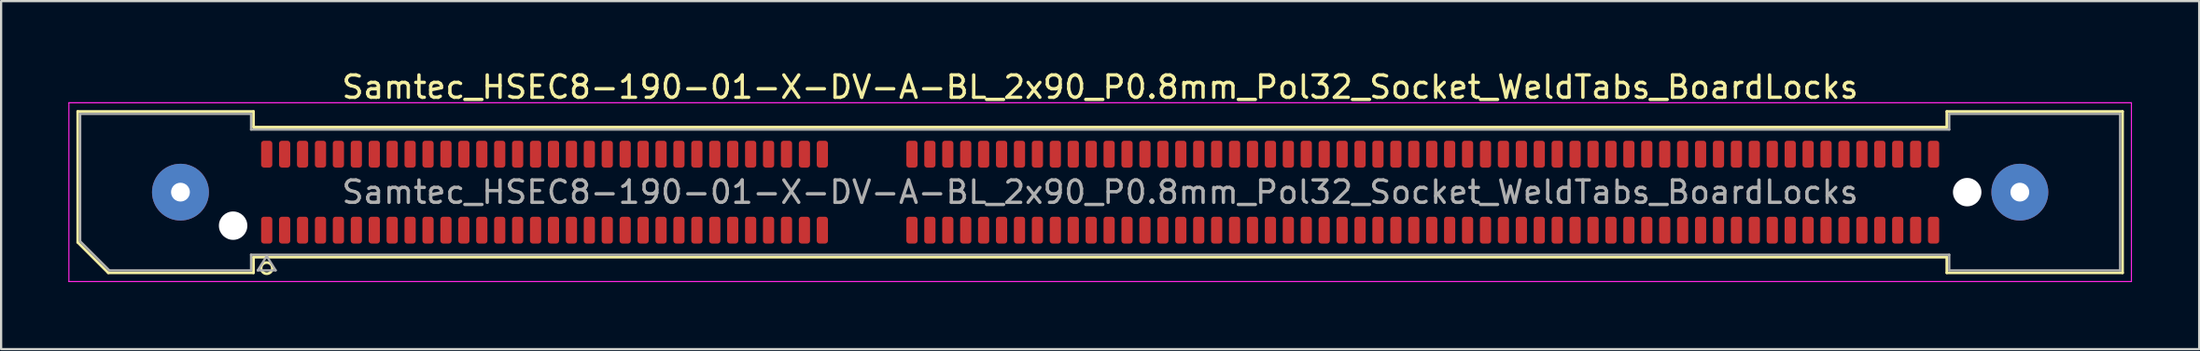
<source format=kicad_pcb>
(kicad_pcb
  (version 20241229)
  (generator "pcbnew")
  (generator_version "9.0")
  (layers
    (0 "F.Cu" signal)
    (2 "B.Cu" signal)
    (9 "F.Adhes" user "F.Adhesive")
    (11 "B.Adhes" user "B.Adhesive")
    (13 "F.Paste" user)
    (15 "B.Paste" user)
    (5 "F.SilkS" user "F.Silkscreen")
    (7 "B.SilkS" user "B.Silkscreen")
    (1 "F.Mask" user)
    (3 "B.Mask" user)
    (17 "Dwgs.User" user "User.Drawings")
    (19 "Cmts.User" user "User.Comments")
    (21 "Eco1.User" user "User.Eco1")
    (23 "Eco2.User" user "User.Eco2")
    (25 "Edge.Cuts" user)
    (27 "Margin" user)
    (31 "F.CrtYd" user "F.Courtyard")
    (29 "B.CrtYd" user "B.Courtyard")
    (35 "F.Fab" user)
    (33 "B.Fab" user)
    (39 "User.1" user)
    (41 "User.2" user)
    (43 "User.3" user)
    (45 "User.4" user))
  (footprint "Samtec_HSEC8-190-01-X-DV-A-BL_2x90_P0.8mm_Pol32_Socket_WeldTabs_BoardLocks"
    (layer "F.Cu")
    (at 46.055 5.548)
    (property "Reference" "Samtec_HSEC8-190-01-X-DV-A-BL_2x90_P0.8mm_Pol32_Socket_WeldTabs_BoardLocks" (at 0 -4.7 0) (layer "F.SilkS") (effects (font (size 1 1) (thickness 0.15))))
    (attr smd)
    (fp_line (start -45.635 -3.61) (end -37.79 -3.61) (stroke (width 0.12) (type solid)) (layer "F.SilkS"))
    (fp_line (start -45.635 2.246) (end -45.635 -3.61) (stroke (width 0.12) (type solid)) (layer "F.SilkS"))
    (fp_line (start -44.271 3.61) (end -45.635 2.246) (stroke (width 0.12) (type solid)) (layer "F.SilkS"))
    (fp_line (start -37.79 -3.61) (end -37.79 -2.91) (stroke (width 0.12) (type solid)) (layer "F.SilkS"))
    (fp_line (start -37.79 -2.91) (end 37.79 -2.91) (stroke (width 0.12) (type solid)) (layer "F.SilkS"))
    (fp_line (start -37.79 2.91) (end -37.79 3.61) (stroke (width 0.12) (type solid)) (layer "F.SilkS"))
    (fp_line (start -37.79 3.61) (end -44.271 3.61) (stroke (width 0.12) (type solid)) (layer "F.SilkS"))
    (fp_line (start 37.79 -3.61) (end 45.635 -3.61) (stroke (width 0.12) (type solid)) (layer "F.SilkS"))
    (fp_line (start 37.79 -2.91) (end 37.79 -3.61) (stroke (width 0.12) (type solid)) (layer "F.SilkS"))
    (fp_line (start 37.79 2.91) (end -37.79 2.91) (stroke (width 0.12) (type solid)) (layer "F.SilkS"))
    (fp_line (start 37.79 3.61) (end 37.79 2.91) (stroke (width 0.12) (type solid)) (layer "F.SilkS"))
    (fp_line (start 45.635 -3.61) (end 45.635 3.61) (stroke (width 0.12) (type solid)) (layer "F.SilkS"))
    (fp_line (start 45.635 3.61) (end 37.79 3.61) (stroke (width 0.12) (type solid)) (layer "F.SilkS"))
    (fp_circle (center -37.2 3.4) (end -36.95 3.4) (stroke (width 0.12) (type solid)) (fill no) (layer "F.SilkS"))
    (fp_line (start -46.03 -4) (end -46.03 4) (stroke (width 0.05) (type solid)) (layer "F.CrtYd"))
    (fp_line (start -46.03 4) (end 46.03 4) (stroke (width 0.05) (type solid)) (layer "F.CrtYd"))
    (fp_line (start 46.03 -4) (end -46.03 -4) (stroke (width 0.05) (type solid)) (layer "F.CrtYd"))
    (fp_line (start 46.03 4) (end 46.03 -4) (stroke (width 0.05) (type solid)) (layer "F.CrtYd"))
    (fp_line (start -45.525 -3.5) (end -37.9 -3.5) (stroke (width 0.1) (type solid)) (layer "F.Fab"))
    (fp_line (start -45.525 2.2) (end -45.525 -3.5) (stroke (width 0.1) (type solid)) (layer "F.Fab"))
    (fp_line (start -44.225 3.5) (end -45.525 2.2) (stroke (width 0.1) (type solid)) (layer "F.Fab"))
    (fp_line (start -37.9 -3.5) (end -37.9 -2.8) (stroke (width 0.1) (type solid)) (layer "F.Fab"))
    (fp_line (start -37.9 -2.8) (end 37.9 -2.8) (stroke (width 0.1) (type solid)) (layer "F.Fab"))
    (fp_line (start -37.9 2.8) (end -37.9 3.5) (stroke (width 0.1) (type solid)) (layer "F.Fab"))
    (fp_line (start -37.9 3.5) (end -44.225 3.5) (stroke (width 0.1) (type solid)) (layer "F.Fab"))
    (fp_line (start -37.6 3.5) (end -37.2 2.86) (stroke (width 0.1) (type solid)) (layer "F.Fab"))
    (fp_line (start -37.2 2.86) (end -36.8 3.5) (stroke (width 0.1) (type solid)) (layer "F.Fab"))
    (fp_line (start -36.8 3.5) (end -37.6 3.5) (stroke (width 0.1) (type solid)) (layer "F.Fab"))
    (fp_line (start 37.9 -3.5) (end 45.525 -3.5) (stroke (width 0.1) (type solid)) (layer "F.Fab"))
    (fp_line (start 37.9 -2.8) (end 37.9 -3.5) (stroke (width 0.1) (type solid)) (layer "F.Fab"))
    (fp_line (start 37.9 2.8) (end -37.9 2.8) (stroke (width 0.1) (type solid)) (layer "F.Fab"))
    (fp_line (start 37.9 3.5) (end 37.9 2.8) (stroke (width 0.1) (type solid)) (layer "F.Fab"))
    (fp_line (start 45.525 -3.5) (end 45.525 3.5) (stroke (width 0.1) (type solid)) (layer "F.Fab"))
    (fp_line (start 45.525 3.5) (end 37.9 3.5) (stroke (width 0.1) (type solid)) (layer "F.Fab"))
    (fp_text user "${REFERENCE}" (at 0 0 0) (layer "F.Fab") (effects (font (size 1 1) (thickness 0.15))))
    (pad "" thru_hole circle (at -41.05 0) (size 2.54 2.54) (drill 0.84) (layers "*.Cu" "*.Mask" "F.Paste"))
    (pad "" np_thru_hole circle (at -38.7 1.5) (size 1.27 1.27) (drill 1.27) (layers "*.Cu" "*.Mask"))
    (pad "" np_thru_hole circle (at 38.7 0) (size 1.27 1.27) (drill 1.27) (layers "*.Cu" "*.Mask"))
    (pad "" thru_hole circle (at 41.05 0) (size 2.54 2.54) (drill 0.84) (layers "*.Cu" "*.Mask" "F.Paste"))
    (pad "1" smd roundrect (at -37.2 1.7) (size 0.5 1.2) (layers "F.Cu" "F.Mask" "F.Paste") (roundrect_rratio 0.25))
    (pad "2" smd roundrect (at -37.2 -1.7) (size 0.5 1.2) (layers "F.Cu" "F.Mask" "F.Paste") (roundrect_rratio 0.25))
    (pad "3" smd roundrect (at -36.4 1.7) (size 0.5 1.2) (layers "F.Cu" "F.Mask" "F.Paste") (roundrect_rratio 0.25))
    (pad "4" smd roundrect (at -36.4 -1.7) (size 0.5 1.2) (layers "F.Cu" "F.Mask" "F.Paste") (roundrect_rratio 0.25))
    (pad "5" smd roundrect (at -35.6 1.7) (size 0.5 1.2) (layers "F.Cu" "F.Mask" "F.Paste") (roundrect_rratio 0.25))
    (pad "6" smd roundrect (at -35.6 -1.7) (size 0.5 1.2) (layers "F.Cu" "F.Mask" "F.Paste") (roundrect_rratio 0.25))
    (pad "7" smd roundrect (at -34.8 1.7) (size 0.5 1.2) (layers "F.Cu" "F.Mask" "F.Paste") (roundrect_rratio 0.25))
    (pad "8" smd roundrect (at -34.8 -1.7) (size 0.5 1.2) (layers "F.Cu" "F.Mask" "F.Paste") (roundrect_rratio 0.25))
    (pad "9" smd roundrect (at -34 1.7) (size 0.5 1.2) (layers "F.Cu" "F.Mask" "F.Paste") (roundrect_rratio 0.25))
    (pad "10" smd roundrect (at -34 -1.7) (size 0.5 1.2) (layers "F.Cu" "F.Mask" "F.Paste") (roundrect_rratio 0.25))
    (pad "11" smd roundrect (at -33.2 1.7) (size 0.5 1.2) (layers "F.Cu" "F.Mask" "F.Paste") (roundrect_rratio 0.25))
    (pad "12" smd roundrect (at -33.2 -1.7) (size 0.5 1.2) (layers "F.Cu" "F.Mask" "F.Paste") (roundrect_rratio 0.25))
    (pad "13" smd roundrect (at -32.4 1.7) (size 0.5 1.2) (layers "F.Cu" "F.Mask" "F.Paste") (roundrect_rratio 0.25))
    (pad "14" smd roundrect (at -32.4 -1.7) (size 0.5 1.2) (layers "F.Cu" "F.Mask" "F.Paste") (roundrect_rratio 0.25))
    (pad "15" smd roundrect (at -31.6 1.7) (size 0.5 1.2) (layers "F.Cu" "F.Mask" "F.Paste") (roundrect_rratio 0.25))
    (pad "16" smd roundrect (at -31.6 -1.7) (size 0.5 1.2) (layers "F.Cu" "F.Mask" "F.Paste") (roundrect_rratio 0.25))
    (pad "17" smd roundrect (at -30.8 1.7) (size 0.5 1.2) (layers "F.Cu" "F.Mask" "F.Paste") (roundrect_rratio 0.25))
    (pad "18" smd roundrect (at -30.8 -1.7) (size 0.5 1.2) (layers "F.Cu" "F.Mask" "F.Paste") (roundrect_rratio 0.25))
    (pad "19" smd roundrect (at -30 1.7) (size 0.5 1.2) (layers "F.Cu" "F.Mask" "F.Paste") (roundrect_rratio 0.25))
    (pad "20" smd roundrect (at -30 -1.7) (size 0.5 1.2) (layers "F.Cu" "F.Mask" "F.Paste") (roundrect_rratio 0.25))
    (pad "21" smd roundrect (at -29.2 1.7) (size 0.5 1.2) (layers "F.Cu" "F.Mask" "F.Paste") (roundrect_rratio 0.25))
    (pad "22" smd roundrect (at -29.2 -1.7) (size 0.5 1.2) (layers "F.Cu" "F.Mask" "F.Paste") (roundrect_rratio 0.25))
    (pad "23" smd roundrect (at -28.4 1.7) (size 0.5 1.2) (layers "F.Cu" "F.Mask" "F.Paste") (roundrect_rratio 0.25))
    (pad "24" smd roundrect (at -28.4 -1.7) (size 0.5 1.2) (layers "F.Cu" "F.Mask" "F.Paste") (roundrect_rratio 0.25))
    (pad "25" smd roundrect (at -27.6 1.7) (size 0.5 1.2) (layers "F.Cu" "F.Mask" "F.Paste") (roundrect_rratio 0.25))
    (pad "26" smd roundrect (at -27.6 -1.7) (size 0.5 1.2) (layers "F.Cu" "F.Mask" "F.Paste") (roundrect_rratio 0.25))
    (pad "27" smd roundrect (at -26.8 1.7) (size 0.5 1.2) (layers "F.Cu" "F.Mask" "F.Paste") (roundrect_rratio 0.25))
    (pad "28" smd roundrect (at -26.8 -1.7) (size 0.5 1.2) (layers "F.Cu" "F.Mask" "F.Paste") (roundrect_rratio 0.25))
    (pad "29" smd roundrect (at -26 1.7) (size 0.5 1.2) (layers "F.Cu" "F.Mask" "F.Paste") (roundrect_rratio 0.25))
    (pad "30" smd roundrect (at -26 -1.7) (size 0.5 1.2) (layers "F.Cu" "F.Mask" "F.Paste") (roundrect_rratio 0.25))
    (pad "31" smd roundrect (at -25.2 1.7) (size 0.5 1.2) (layers "F.Cu" "F.Mask" "F.Paste") (roundrect_rratio 0.25))
    (pad "32" smd roundrect (at -25.2 -1.7) (size 0.5 1.2) (layers "F.Cu" "F.Mask" "F.Paste") (roundrect_rratio 0.25))
    (pad "33" smd roundrect (at -24.4 1.7) (size 0.5 1.2) (layers "F.Cu" "F.Mask" "F.Paste") (roundrect_rratio 0.25))
    (pad "34" smd roundrect (at -24.4 -1.7) (size 0.5 1.2) (layers "F.Cu" "F.Mask" "F.Paste") (roundrect_rratio 0.25))
    (pad "35" smd roundrect (at -23.6 1.7) (size 0.5 1.2) (layers "F.Cu" "F.Mask" "F.Paste") (roundrect_rratio 0.25))
    (pad "36" smd roundrect (at -23.6 -1.7) (size 0.5 1.2) (layers "F.Cu" "F.Mask" "F.Paste") (roundrect_rratio 0.25))
    (pad "37" smd roundrect (at -22.8 1.7) (size 0.5 1.2) (layers "F.Cu" "F.Mask" "F.Paste") (roundrect_rratio 0.25))
    (pad "38" smd roundrect (at -22.8 -1.7) (size 0.5 1.2) (layers "F.Cu" "F.Mask" "F.Paste") (roundrect_rratio 0.25))
    (pad "39" smd roundrect (at -22 1.7) (size 0.5 1.2) (layers "F.Cu" "F.Mask" "F.Paste") (roundrect_rratio 0.25))
    (pad "40" smd roundrect (at -22 -1.7) (size 0.5 1.2) (layers "F.Cu" "F.Mask" "F.Paste") (roundrect_rratio 0.25))
    (pad "41" smd roundrect (at -21.2 1.7) (size 0.5 1.2) (layers "F.Cu" "F.Mask" "F.Paste") (roundrect_rratio 0.25))
    (pad "42" smd roundrect (at -21.2 -1.7) (size 0.5 1.2) (layers "F.Cu" "F.Mask" "F.Paste") (roundrect_rratio 0.25))
    (pad "43" smd roundrect (at -20.4 1.7) (size 0.5 1.2) (layers "F.Cu" "F.Mask" "F.Paste") (roundrect_rratio 0.25))
    (pad "44" smd roundrect (at -20.4 -1.7) (size 0.5 1.2) (layers "F.Cu" "F.Mask" "F.Paste") (roundrect_rratio 0.25))
    (pad "45" smd roundrect (at -19.6 1.7) (size 0.5 1.2) (layers "F.Cu" "F.Mask" "F.Paste") (roundrect_rratio 0.25))
    (pad "46" smd roundrect (at -19.6 -1.7) (size 0.5 1.2) (layers "F.Cu" "F.Mask" "F.Paste") (roundrect_rratio 0.25))
    (pad "47" smd roundrect (at -18.8 1.7) (size 0.5 1.2) (layers "F.Cu" "F.Mask" "F.Paste") (roundrect_rratio 0.25))
    (pad "48" smd roundrect (at -18.8 -1.7) (size 0.5 1.2) (layers "F.Cu" "F.Mask" "F.Paste") (roundrect_rratio 0.25))
    (pad "49" smd roundrect (at -18 1.7) (size 0.5 1.2) (layers "F.Cu" "F.Mask" "F.Paste") (roundrect_rratio 0.25))
    (pad "50" smd roundrect (at -18 -1.7) (size 0.5 1.2) (layers "F.Cu" "F.Mask" "F.Paste") (roundrect_rratio 0.25))
    (pad "51" smd roundrect (at -17.2 1.7) (size 0.5 1.2) (layers "F.Cu" "F.Mask" "F.Paste") (roundrect_rratio 0.25))
    (pad "52" smd roundrect (at -17.2 -1.7) (size 0.5 1.2) (layers "F.Cu" "F.Mask" "F.Paste") (roundrect_rratio 0.25))
    (pad "53" smd roundrect (at -16.4 1.7) (size 0.5 1.2) (layers "F.Cu" "F.Mask" "F.Paste") (roundrect_rratio 0.25))
    (pad "54" smd roundrect (at -16.4 -1.7) (size 0.5 1.2) (layers "F.Cu" "F.Mask" "F.Paste") (roundrect_rratio 0.25))
    (pad "55" smd roundrect (at -15.6 1.7) (size 0.5 1.2) (layers "F.Cu" "F.Mask" "F.Paste") (roundrect_rratio 0.25))
    (pad "56" smd roundrect (at -15.6 -1.7) (size 0.5 1.2) (layers "F.Cu" "F.Mask" "F.Paste") (roundrect_rratio 0.25))
    (pad "57" smd roundrect (at -14.8 1.7) (size 0.5 1.2) (layers "F.Cu" "F.Mask" "F.Paste") (roundrect_rratio 0.25))
    (pad "58" smd roundrect (at -14.8 -1.7) (size 0.5 1.2) (layers "F.Cu" "F.Mask" "F.Paste") (roundrect_rratio 0.25))
    (pad "59" smd roundrect (at -14 1.7) (size 0.5 1.2) (layers "F.Cu" "F.Mask" "F.Paste") (roundrect_rratio 0.25))
    (pad "60" smd roundrect (at -14 -1.7) (size 0.5 1.2) (layers "F.Cu" "F.Mask" "F.Paste") (roundrect_rratio 0.25))
    (pad "61" smd roundrect (at -13.2 1.7) (size 0.5 1.2) (layers "F.Cu" "F.Mask" "F.Paste") (roundrect_rratio 0.25))
    (pad "62" smd roundrect (at -13.2 -1.7) (size 0.5 1.2) (layers "F.Cu" "F.Mask" "F.Paste") (roundrect_rratio 0.25))
    (pad "63" smd roundrect (at -12.4 1.7) (size 0.5 1.2) (layers "F.Cu" "F.Mask" "F.Paste") (roundrect_rratio 0.25))
    (pad "64" smd roundrect (at -12.4 -1.7) (size 0.5 1.2) (layers "F.Cu" "F.Mask" "F.Paste") (roundrect_rratio 0.25))
    (pad "65" smd roundrect (at -8.4 1.7) (size 0.5 1.2) (layers "F.Cu" "F.Mask" "F.Paste") (roundrect_rratio 0.25))
    (pad "66" smd roundrect (at -8.4 -1.7) (size 0.5 1.2) (layers "F.Cu" "F.Mask" "F.Paste") (roundrect_rratio 0.25))
    (pad "67" smd roundrect (at -7.6 1.7) (size 0.5 1.2) (layers "F.Cu" "F.Mask" "F.Paste") (roundrect_rratio 0.25))
    (pad "68" smd roundrect (at -7.6 -1.7) (size 0.5 1.2) (layers "F.Cu" "F.Mask" "F.Paste") (roundrect_rratio 0.25))
    (pad "69" smd roundrect (at -6.8 1.7) (size 0.5 1.2) (layers "F.Cu" "F.Mask" "F.Paste") (roundrect_rratio 0.25))
    (pad "70" smd roundrect (at -6.8 -1.7) (size 0.5 1.2) (layers "F.Cu" "F.Mask" "F.Paste") (roundrect_rratio 0.25))
    (pad "71" smd roundrect (at -6 1.7) (size 0.5 1.2) (layers "F.Cu" "F.Mask" "F.Paste") (roundrect_rratio 0.25))
    (pad "72" smd roundrect (at -6 -1.7) (size 0.5 1.2) (layers "F.Cu" "F.Mask" "F.Paste") (roundrect_rratio 0.25))
    (pad "73" smd roundrect (at -5.2 1.7) (size 0.5 1.2) (layers "F.Cu" "F.Mask" "F.Paste") (roundrect_rratio 0.25))
    (pad "74" smd roundrect (at -5.2 -1.7) (size 0.5 1.2) (layers "F.Cu" "F.Mask" "F.Paste") (roundrect_rratio 0.25))
    (pad "75" smd roundrect (at -4.4 1.7) (size 0.5 1.2) (layers "F.Cu" "F.Mask" "F.Paste") (roundrect_rratio 0.25))
    (pad "76" smd roundrect (at -4.4 -1.7) (size 0.5 1.2) (layers "F.Cu" "F.Mask" "F.Paste") (roundrect_rratio 0.25))
    (pad "77" smd roundrect (at -3.6 1.7) (size 0.5 1.2) (layers "F.Cu" "F.Mask" "F.Paste") (roundrect_rratio 0.25))
    (pad "78" smd roundrect (at -3.6 -1.7) (size 0.5 1.2) (layers "F.Cu" "F.Mask" "F.Paste") (roundrect_rratio 0.25))
    (pad "79" smd roundrect (at -2.8 1.7) (size 0.5 1.2) (layers "F.Cu" "F.Mask" "F.Paste") (roundrect_rratio 0.25))
    (pad "80" smd roundrect (at -2.8 -1.7) (size 0.5 1.2) (layers "F.Cu" "F.Mask" "F.Paste") (roundrect_rratio 0.25))
    (pad "81" smd roundrect (at -2 1.7) (size 0.5 1.2) (layers "F.Cu" "F.Mask" "F.Paste") (roundrect_rratio 0.25))
    (pad "82" smd roundrect (at -2 -1.7) (size 0.5 1.2) (layers "F.Cu" "F.Mask" "F.Paste") (roundrect_rratio 0.25))
    (pad "83" smd roundrect (at -1.2 1.7) (size 0.5 1.2) (layers "F.Cu" "F.Mask" "F.Paste") (roundrect_rratio 0.25))
    (pad "84" smd roundrect (at -1.2 -1.7) (size 0.5 1.2) (layers "F.Cu" "F.Mask" "F.Paste") (roundrect_rratio 0.25))
    (pad "85" smd roundrect (at -0.4 1.7) (size 0.5 1.2) (layers "F.Cu" "F.Mask" "F.Paste") (roundrect_rratio 0.25))
    (pad "86" smd roundrect (at -0.4 -1.7) (size 0.5 1.2) (layers "F.Cu" "F.Mask" "F.Paste") (roundrect_rratio 0.25))
    (pad "87" smd roundrect (at 0.4 1.7) (size 0.5 1.2) (layers "F.Cu" "F.Mask" "F.Paste") (roundrect_rratio 0.25))
    (pad "88" smd roundrect (at 0.4 -1.7) (size 0.5 1.2) (layers "F.Cu" "F.Mask" "F.Paste") (roundrect_rratio 0.25))
    (pad "89" smd roundrect (at 1.2 1.7) (size 0.5 1.2) (layers "F.Cu" "F.Mask" "F.Paste") (roundrect_rratio 0.25))
    (pad "90" smd roundrect (at 1.2 -1.7) (size 0.5 1.2) (layers "F.Cu" "F.Mask" "F.Paste") (roundrect_rratio 0.25))
    (pad "91" smd roundrect (at 2 1.7) (size 0.5 1.2) (layers "F.Cu" "F.Mask" "F.Paste") (roundrect_rratio 0.25))
    (pad "92" smd roundrect (at 2 -1.7) (size 0.5 1.2) (layers "F.Cu" "F.Mask" "F.Paste") (roundrect_rratio 0.25))
    (pad "93" smd roundrect (at 2.8 1.7) (size 0.5 1.2) (layers "F.Cu" "F.Mask" "F.Paste") (roundrect_rratio 0.25))
    (pad "94" smd roundrect (at 2.8 -1.7) (size 0.5 1.2) (layers "F.Cu" "F.Mask" "F.Paste") (roundrect_rratio 0.25))
    (pad "95" smd roundrect (at 3.6 1.7) (size 0.5 1.2) (layers "F.Cu" "F.Mask" "F.Paste") (roundrect_rratio 0.25))
    (pad "96" smd roundrect (at 3.6 -1.7) (size 0.5 1.2) (layers "F.Cu" "F.Mask" "F.Paste") (roundrect_rratio 0.25))
    (pad "97" smd roundrect (at 4.4 1.7) (size 0.5 1.2) (layers "F.Cu" "F.Mask" "F.Paste") (roundrect_rratio 0.25))
    (pad "98" smd roundrect (at 4.4 -1.7) (size 0.5 1.2) (layers "F.Cu" "F.Mask" "F.Paste") (roundrect_rratio 0.25))
    (pad "99" smd roundrect (at 5.2 1.7) (size 0.5 1.2) (layers "F.Cu" "F.Mask" "F.Paste") (roundrect_rratio 0.25))
    (pad "100" smd roundrect (at 5.2 -1.7) (size 0.5 1.2) (layers "F.Cu" "F.Mask" "F.Paste") (roundrect_rratio 0.25))
    (pad "101" smd roundrect (at 6 1.7) (size 0.5 1.2) (layers "F.Cu" "F.Mask" "F.Paste") (roundrect_rratio 0.25))
    (pad "102" smd roundrect (at 6 -1.7) (size 0.5 1.2) (layers "F.Cu" "F.Mask" "F.Paste") (roundrect_rratio 0.25))
    (pad "103" smd roundrect (at 6.8 1.7) (size 0.5 1.2) (layers "F.Cu" "F.Mask" "F.Paste") (roundrect_rratio 0.25))
    (pad "104" smd roundrect (at 6.8 -1.7) (size 0.5 1.2) (layers "F.Cu" "F.Mask" "F.Paste") (roundrect_rratio 0.25))
    (pad "105" smd roundrect (at 7.6 1.7) (size 0.5 1.2) (layers "F.Cu" "F.Mask" "F.Paste") (roundrect_rratio 0.25))
    (pad "106" smd roundrect (at 7.6 -1.7) (size 0.5 1.2) (layers "F.Cu" "F.Mask" "F.Paste") (roundrect_rratio 0.25))
    (pad "107" smd roundrect (at 8.4 1.7) (size 0.5 1.2) (layers "F.Cu" "F.Mask" "F.Paste") (roundrect_rratio 0.25))
    (pad "108" smd roundrect (at 8.4 -1.7) (size 0.5 1.2) (layers "F.Cu" "F.Mask" "F.Paste") (roundrect_rratio 0.25))
    (pad "109" smd roundrect (at 9.2 1.7) (size 0.5 1.2) (layers "F.Cu" "F.Mask" "F.Paste") (roundrect_rratio 0.25))
    (pad "110" smd roundrect (at 9.2 -1.7) (size 0.5 1.2) (layers "F.Cu" "F.Mask" "F.Paste") (roundrect_rratio 0.25))
    (pad "111" smd roundrect (at 10 1.7) (size 0.5 1.2) (layers "F.Cu" "F.Mask" "F.Paste") (roundrect_rratio 0.25))
    (pad "112" smd roundrect (at 10 -1.7) (size 0.5 1.2) (layers "F.Cu" "F.Mask" "F.Paste") (roundrect_rratio 0.25))
    (pad "113" smd roundrect (at 10.8 1.7) (size 0.5 1.2) (layers "F.Cu" "F.Mask" "F.Paste") (roundrect_rratio 0.25))
    (pad "114" smd roundrect (at 10.8 -1.7) (size 0.5 1.2) (layers "F.Cu" "F.Mask" "F.Paste") (roundrect_rratio 0.25))
    (pad "115" smd roundrect (at 11.6 1.7) (size 0.5 1.2) (layers "F.Cu" "F.Mask" "F.Paste") (roundrect_rratio 0.25))
    (pad "116" smd roundrect (at 11.6 -1.7) (size 0.5 1.2) (layers "F.Cu" "F.Mask" "F.Paste") (roundrect_rratio 0.25))
    (pad "117" smd roundrect (at 12.4 1.7) (size 0.5 1.2) (layers "F.Cu" "F.Mask" "F.Paste") (roundrect_rratio 0.25))
    (pad "118" smd roundrect (at 12.4 -1.7) (size 0.5 1.2) (layers "F.Cu" "F.Mask" "F.Paste") (roundrect_rratio 0.25))
    (pad "119" smd roundrect (at 13.2 1.7) (size 0.5 1.2) (layers "F.Cu" "F.Mask" "F.Paste") (roundrect_rratio 0.25))
    (pad "120" smd roundrect (at 13.2 -1.7) (size 0.5 1.2) (layers "F.Cu" "F.Mask" "F.Paste") (roundrect_rratio 0.25))
    (pad "121" smd roundrect (at 14 1.7) (size 0.5 1.2) (layers "F.Cu" "F.Mask" "F.Paste") (roundrect_rratio 0.25))
    (pad "122" smd roundrect (at 14 -1.7) (size 0.5 1.2) (layers "F.Cu" "F.Mask" "F.Paste") (roundrect_rratio 0.25))
    (pad "123" smd roundrect (at 14.8 1.7) (size 0.5 1.2) (layers "F.Cu" "F.Mask" "F.Paste") (roundrect_rratio 0.25))
    (pad "124" smd roundrect (at 14.8 -1.7) (size 0.5 1.2) (layers "F.Cu" "F.Mask" "F.Paste") (roundrect_rratio 0.25))
    (pad "125" smd roundrect (at 15.6 1.7) (size 0.5 1.2) (layers "F.Cu" "F.Mask" "F.Paste") (roundrect_rratio 0.25))
    (pad "126" smd roundrect (at 15.6 -1.7) (size 0.5 1.2) (layers "F.Cu" "F.Mask" "F.Paste") (roundrect_rratio 0.25))
    (pad "127" smd roundrect (at 16.4 1.7) (size 0.5 1.2) (layers "F.Cu" "F.Mask" "F.Paste") (roundrect_rratio 0.25))
    (pad "128" smd roundrect (at 16.4 -1.7) (size 0.5 1.2) (layers "F.Cu" "F.Mask" "F.Paste") (roundrect_rratio 0.25))
    (pad "129" smd roundrect (at 17.2 1.7) (size 0.5 1.2) (layers "F.Cu" "F.Mask" "F.Paste") (roundrect_rratio 0.25))
    (pad "130" smd roundrect (at 17.2 -1.7) (size 0.5 1.2) (layers "F.Cu" "F.Mask" "F.Paste") (roundrect_rratio 0.25))
    (pad "131" smd roundrect (at 18 1.7) (size 0.5 1.2) (layers "F.Cu" "F.Mask" "F.Paste") (roundrect_rratio 0.25))
    (pad "132" smd roundrect (at 18 -1.7) (size 0.5 1.2) (layers "F.Cu" "F.Mask" "F.Paste") (roundrect_rratio 0.25))
    (pad "133" smd roundrect (at 18.8 1.7) (size 0.5 1.2) (layers "F.Cu" "F.Mask" "F.Paste") (roundrect_rratio 0.25))
    (pad "134" smd roundrect (at 18.8 -1.7) (size 0.5 1.2) (layers "F.Cu" "F.Mask" "F.Paste") (roundrect_rratio 0.25))
    (pad "135" smd roundrect (at 19.6 1.7) (size 0.5 1.2) (layers "F.Cu" "F.Mask" "F.Paste") (roundrect_rratio 0.25))
    (pad "136" smd roundrect (at 19.6 -1.7) (size 0.5 1.2) (layers "F.Cu" "F.Mask" "F.Paste") (roundrect_rratio 0.25))
    (pad "137" smd roundrect (at 20.4 1.7) (size 0.5 1.2) (layers "F.Cu" "F.Mask" "F.Paste") (roundrect_rratio 0.25))
    (pad "138" smd roundrect (at 20.4 -1.7) (size 0.5 1.2) (layers "F.Cu" "F.Mask" "F.Paste") (roundrect_rratio 0.25))
    (pad "139" smd roundrect (at 21.2 1.7) (size 0.5 1.2) (layers "F.Cu" "F.Mask" "F.Paste") (roundrect_rratio 0.25))
    (pad "140" smd roundrect (at 21.2 -1.7) (size 0.5 1.2) (layers "F.Cu" "F.Mask" "F.Paste") (roundrect_rratio 0.25))
    (pad "141" smd roundrect (at 22 1.7) (size 0.5 1.2) (layers "F.Cu" "F.Mask" "F.Paste") (roundrect_rratio 0.25))
    (pad "142" smd roundrect (at 22 -1.7) (size 0.5 1.2) (layers "F.Cu" "F.Mask" "F.Paste") (roundrect_rratio 0.25))
    (pad "143" smd roundrect (at 22.8 1.7) (size 0.5 1.2) (layers "F.Cu" "F.Mask" "F.Paste") (roundrect_rratio 0.25))
    (pad "144" smd roundrect (at 22.8 -1.7) (size 0.5 1.2) (layers "F.Cu" "F.Mask" "F.Paste") (roundrect_rratio 0.25))
    (pad "145" smd roundrect (at 23.6 1.7) (size 0.5 1.2) (layers "F.Cu" "F.Mask" "F.Paste") (roundrect_rratio 0.25))
    (pad "146" smd roundrect (at 23.6 -1.7) (size 0.5 1.2) (layers "F.Cu" "F.Mask" "F.Paste") (roundrect_rratio 0.25))
    (pad "147" smd roundrect (at 24.4 1.7) (size 0.5 1.2) (layers "F.Cu" "F.Mask" "F.Paste") (roundrect_rratio 0.25))
    (pad "148" smd roundrect (at 24.4 -1.7) (size 0.5 1.2) (layers "F.Cu" "F.Mask" "F.Paste") (roundrect_rratio 0.25))
    (pad "149" smd roundrect (at 25.2 1.7) (size 0.5 1.2) (layers "F.Cu" "F.Mask" "F.Paste") (roundrect_rratio 0.25))
    (pad "150" smd roundrect (at 25.2 -1.7) (size 0.5 1.2) (layers "F.Cu" "F.Mask" "F.Paste") (roundrect_rratio 0.25))
    (pad "151" smd roundrect (at 26 1.7) (size 0.5 1.2) (layers "F.Cu" "F.Mask" "F.Paste") (roundrect_rratio 0.25))
    (pad "152" smd roundrect (at 26 -1.7) (size 0.5 1.2) (layers "F.Cu" "F.Mask" "F.Paste") (roundrect_rratio 0.25))
    (pad "153" smd roundrect (at 26.8 1.7) (size 0.5 1.2) (layers "F.Cu" "F.Mask" "F.Paste") (roundrect_rratio 0.25))
    (pad "154" smd roundrect (at 26.8 -1.7) (size 0.5 1.2) (layers "F.Cu" "F.Mask" "F.Paste") (roundrect_rratio 0.25))
    (pad "155" smd roundrect (at 27.6 1.7) (size 0.5 1.2) (layers "F.Cu" "F.Mask" "F.Paste") (roundrect_rratio 0.25))
    (pad "156" smd roundrect (at 27.6 -1.7) (size 0.5 1.2) (layers "F.Cu" "F.Mask" "F.Paste") (roundrect_rratio 0.25))
    (pad "157" smd roundrect (at 28.4 1.7) (size 0.5 1.2) (layers "F.Cu" "F.Mask" "F.Paste") (roundrect_rratio 0.25))
    (pad "158" smd roundrect (at 28.4 -1.7) (size 0.5 1.2) (layers "F.Cu" "F.Mask" "F.Paste") (roundrect_rratio 0.25))
    (pad "159" smd roundrect (at 29.2 1.7) (size 0.5 1.2) (layers "F.Cu" "F.Mask" "F.Paste") (roundrect_rratio 0.25))
    (pad "160" smd roundrect (at 29.2 -1.7) (size 0.5 1.2) (layers "F.Cu" "F.Mask" "F.Paste") (roundrect_rratio 0.25))
    (pad "161" smd roundrect (at 30 1.7) (size 0.5 1.2) (layers "F.Cu" "F.Mask" "F.Paste") (roundrect_rratio 0.25))
    (pad "162" smd roundrect (at 30 -1.7) (size 0.5 1.2) (layers "F.Cu" "F.Mask" "F.Paste") (roundrect_rratio 0.25))
    (pad "163" smd roundrect (at 30.8 1.7) (size 0.5 1.2) (layers "F.Cu" "F.Mask" "F.Paste") (roundrect_rratio 0.25))
    (pad "164" smd roundrect (at 30.8 -1.7) (size 0.5 1.2) (layers "F.Cu" "F.Mask" "F.Paste") (roundrect_rratio 0.25))
    (pad "165" smd roundrect (at 31.6 1.7) (size 0.5 1.2) (layers "F.Cu" "F.Mask" "F.Paste") (roundrect_rratio 0.25))
    (pad "166" smd roundrect (at 31.6 -1.7) (size 0.5 1.2) (layers "F.Cu" "F.Mask" "F.Paste") (roundrect_rratio 0.25))
    (pad "167" smd roundrect (at 32.4 1.7) (size 0.5 1.2) (layers "F.Cu" "F.Mask" "F.Paste") (roundrect_rratio 0.25))
    (pad "168" smd roundrect (at 32.4 -1.7) (size 0.5 1.2) (layers "F.Cu" "F.Mask" "F.Paste") (roundrect_rratio 0.25))
    (pad "169" smd roundrect (at 33.2 1.7) (size 0.5 1.2) (layers "F.Cu" "F.Mask" "F.Paste") (roundrect_rratio 0.25))
    (pad "170" smd roundrect (at 33.2 -1.7) (size 0.5 1.2) (layers "F.Cu" "F.Mask" "F.Paste") (roundrect_rratio 0.25))
    (pad "171" smd roundrect (at 34 1.7) (size 0.5 1.2) (layers "F.Cu" "F.Mask" "F.Paste") (roundrect_rratio 0.25))
    (pad "172" smd roundrect (at 34 -1.7) (size 0.5 1.2) (layers "F.Cu" "F.Mask" "F.Paste") (roundrect_rratio 0.25))
    (pad "173" smd roundrect (at 34.8 1.7) (size 0.5 1.2) (layers "F.Cu" "F.Mask" "F.Paste") (roundrect_rratio 0.25))
    (pad "174" smd roundrect (at 34.8 -1.7) (size 0.5 1.2) (layers "F.Cu" "F.Mask" "F.Paste") (roundrect_rratio 0.25))
    (pad "175" smd roundrect (at 35.6 1.7) (size 0.5 1.2) (layers "F.Cu" "F.Mask" "F.Paste") (roundrect_rratio 0.25))
    (pad "176" smd roundrect (at 35.6 -1.7) (size 0.5 1.2) (layers "F.Cu" "F.Mask" "F.Paste") (roundrect_rratio 0.25))
    (pad "177" smd roundrect (at 36.4 1.7) (size 0.5 1.2) (layers "F.Cu" "F.Mask" "F.Paste") (roundrect_rratio 0.25))
    (pad "178" smd roundrect (at 36.4 -1.7) (size 0.5 1.2) (layers "F.Cu" "F.Mask" "F.Paste") (roundrect_rratio 0.25))
    (pad "179" smd roundrect (at 37.2 1.7) (size 0.5 1.2) (layers "F.Cu" "F.Mask" "F.Paste") (roundrect_rratio 0.25))
    (pad "180" smd roundrect (at 37.2 -1.7) (size 0.5 1.2) (layers "F.Cu" "F.Mask" "F.Paste") (roundrect_rratio 0.25)))
  (gr_rect
    (start -3 -3)
    (end 95.11 12.573)
    (stroke (width 0.1) (type default))
    (fill no)
    (layer "Edge.Cuts")))
</source>
